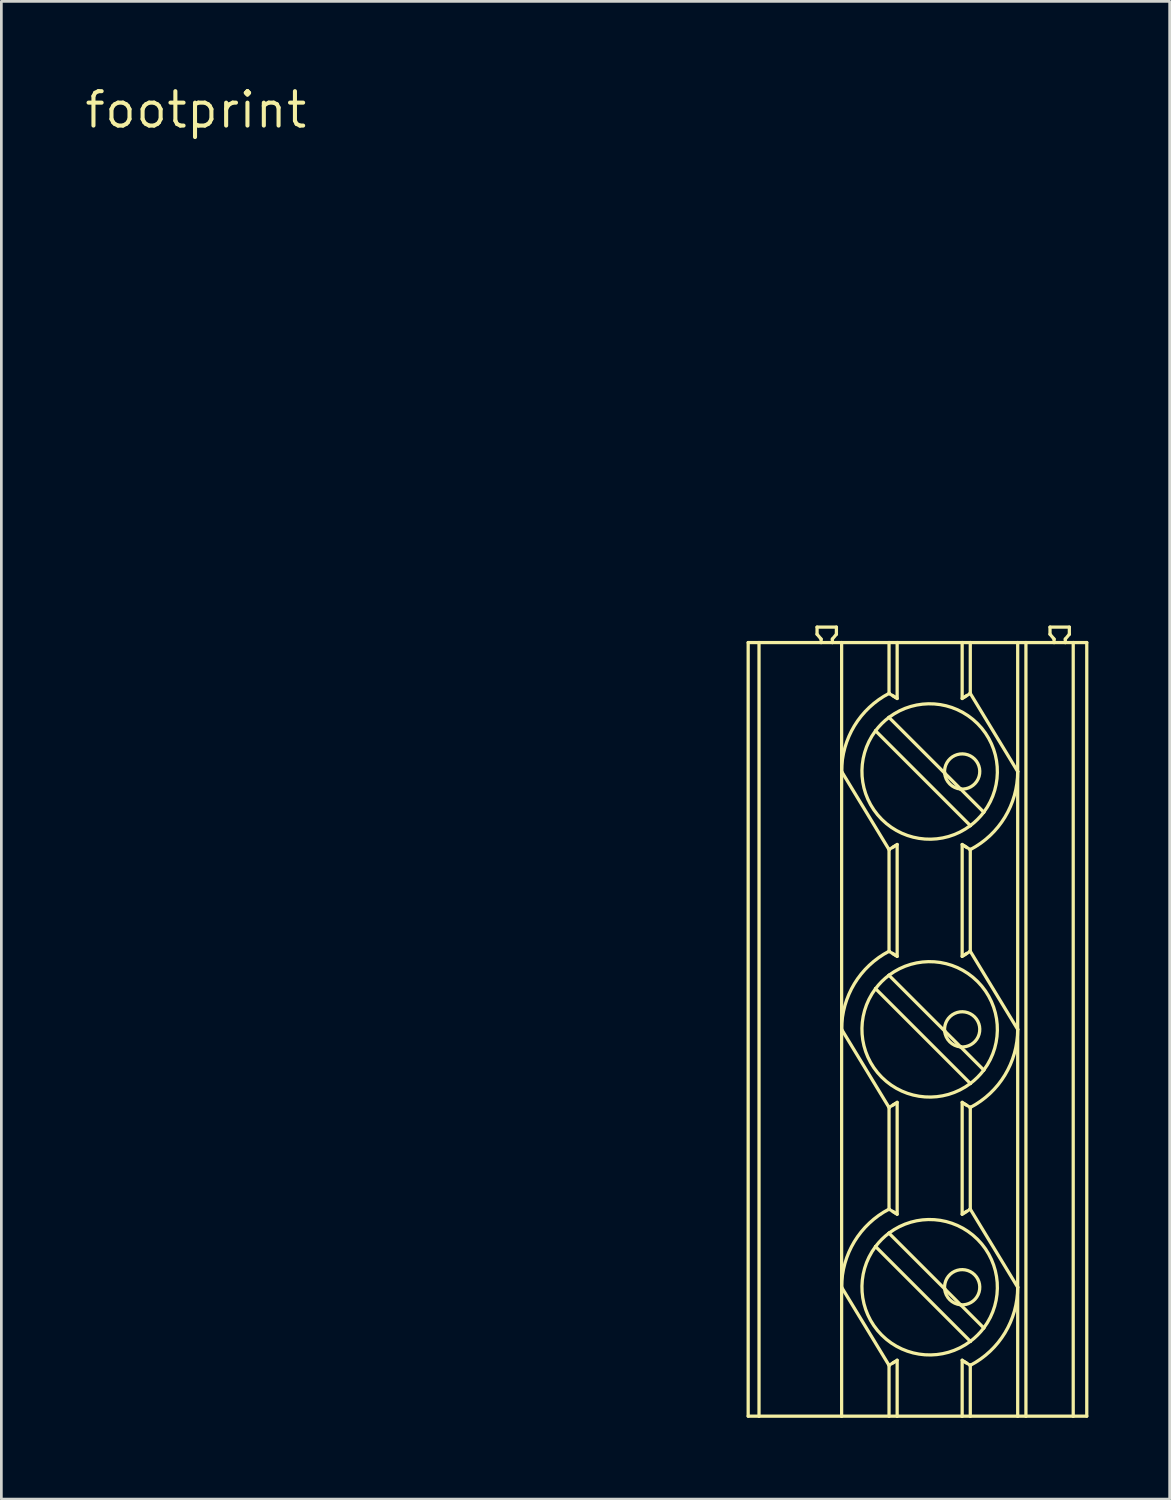
<source format=kicad_pcb>
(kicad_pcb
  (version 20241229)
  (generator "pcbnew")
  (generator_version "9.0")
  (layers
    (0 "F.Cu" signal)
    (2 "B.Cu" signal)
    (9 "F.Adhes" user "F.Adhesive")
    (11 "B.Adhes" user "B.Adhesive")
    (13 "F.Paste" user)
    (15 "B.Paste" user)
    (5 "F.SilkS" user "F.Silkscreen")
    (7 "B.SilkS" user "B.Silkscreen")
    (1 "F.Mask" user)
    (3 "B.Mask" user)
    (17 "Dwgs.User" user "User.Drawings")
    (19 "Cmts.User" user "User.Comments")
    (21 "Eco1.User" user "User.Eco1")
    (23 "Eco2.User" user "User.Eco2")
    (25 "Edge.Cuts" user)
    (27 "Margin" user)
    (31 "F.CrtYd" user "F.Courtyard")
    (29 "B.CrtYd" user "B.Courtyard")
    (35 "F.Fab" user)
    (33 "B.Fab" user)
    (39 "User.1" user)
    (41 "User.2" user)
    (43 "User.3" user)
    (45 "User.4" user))
  (footprint "footprint"
    (layer "F.Cu")
    (at 4.18 1.006)
    (property "Reference" "footprint" (at 0 0 0) (layer "F.SilkS") (effects (font (size 1.27 1.27) (thickness 0.15))))
    (fp_line (start 20.391 48.226) (end 20.391 19.666) (stroke (width 0.12) (type solid)) (layer "F.SilkS"))
    (fp_line (start 20.391 48.226) (end 20.791 48.226) (stroke (width 0.12) (type solid)) (layer "F.SilkS"))
    (fp_line (start 20.791 19.666) (end 20.391 19.666) (stroke (width 0.12) (type solid)) (layer "F.SilkS"))
    (fp_line (start 20.791 19.666) (end 20.791 48.226) (stroke (width 0.12) (type solid)) (layer "F.SilkS"))
    (fp_line (start 20.791 19.666) (end 23.084 19.666) (stroke (width 0.12) (type solid)) (layer "F.SilkS"))
    (fp_line (start 20.791 48.226) (end 23.841 48.226) (stroke (width 0.12) (type solid)) (layer "F.SilkS"))
    (fp_line (start 22.934 19.096) (end 23.648 19.096) (stroke (width 0.12) (type solid)) (layer "F.SilkS"))
    (fp_line (start 22.934 19.359) (end 22.934 19.096) (stroke (width 0.12) (type solid)) (layer "F.SilkS"))
    (fp_line (start 23.084 19.537) (end 22.934 19.359) (stroke (width 0.12) (type solid)) (layer "F.SilkS"))
    (fp_line (start 23.084 19.666) (end 23.084 19.537) (stroke (width 0.12) (type solid)) (layer "F.SilkS"))
    (fp_line (start 23.084 19.666) (end 23.498 19.666) (stroke (width 0.12) (type solid)) (layer "F.SilkS"))
    (fp_line (start 23.498 19.537) (end 23.498 19.666) (stroke (width 0.12) (type solid)) (layer "F.SilkS"))
    (fp_line (start 23.498 19.666) (end 23.841 19.666) (stroke (width 0.12) (type solid)) (layer "F.SilkS"))
    (fp_line (start 23.648 19.359) (end 23.498 19.537) (stroke (width 0.12) (type solid)) (layer "F.SilkS"))
    (fp_line (start 23.648 19.359) (end 23.648 19.096) (stroke (width 0.12) (type solid)) (layer "F.SilkS"))
    (fp_line (start 23.841 19.666) (end 25.591 19.666) (stroke (width 0.12) (type solid)) (layer "F.SilkS"))
    (fp_line (start 23.841 24.426) (end 23.841 19.666) (stroke (width 0.12) (type solid)) (layer "F.SilkS"))
    (fp_line (start 23.841 24.426) (end 23.841 33.946) (stroke (width 0.12) (type solid)) (layer "F.SilkS"))
    (fp_line (start 23.841 24.426) (end 25.591 27.309) (stroke (width 0.12) (type solid)) (layer "F.SilkS"))
    (fp_line (start 23.841 33.946) (end 23.841 43.466) (stroke (width 0.12) (type solid)) (layer "F.SilkS"))
    (fp_line (start 23.841 33.946) (end 25.591 36.829) (stroke (width 0.12) (type solid)) (layer "F.SilkS"))
    (fp_line (start 23.841 43.466) (end 23.841 48.226) (stroke (width 0.12) (type solid)) (layer "F.SilkS"))
    (fp_line (start 23.841 43.466) (end 25.591 46.349) (stroke (width 0.12) (type solid)) (layer "F.SilkS"))
    (fp_line (start 25.591 19.666) (end 25.891 19.666) (stroke (width 0.12) (type solid)) (layer "F.SilkS"))
    (fp_line (start 25.591 21.543) (end 25.591 19.666) (stroke (width 0.12) (type solid)) (layer "F.SilkS"))
    (fp_line (start 25.591 31.063) (end 25.591 27.309) (stroke (width 0.12) (type solid)) (layer "F.SilkS"))
    (fp_line (start 25.591 40.583) (end 25.591 36.829) (stroke (width 0.12) (type solid)) (layer "F.SilkS"))
    (fp_line (start 25.591 48.226) (end 23.841 48.226) (stroke (width 0.12) (type solid)) (layer "F.SilkS"))
    (fp_line (start 25.591 48.226) (end 25.591 46.349) (stroke (width 0.12) (type solid)) (layer "F.SilkS"))
    (fp_line (start 25.591 48.226) (end 25.891 48.226) (stroke (width 0.12) (type solid)) (layer "F.SilkS"))
    (fp_line (start 25.602 21.549) (end 25.613 21.556) (stroke (width 0.12) (type solid)) (layer "F.SilkS"))
    (fp_line (start 25.602 31.069) (end 25.613 31.076) (stroke (width 0.12) (type solid)) (layer "F.SilkS"))
    (fp_line (start 25.602 40.589) (end 25.613 40.596) (stroke (width 0.12) (type solid)) (layer "F.SilkS"))
    (fp_line (start 25.613 21.556) (end 25.625 21.564) (stroke (width 0.12) (type solid)) (layer "F.SilkS"))
    (fp_line (start 25.613 27.296) (end 25.602 27.303) (stroke (width 0.12) (type solid)) (layer "F.SilkS"))
    (fp_line (start 25.613 31.076) (end 25.625 31.084) (stroke (width 0.12) (type solid)) (layer "F.SilkS"))
    (fp_line (start 25.613 36.816) (end 25.602 36.823) (stroke (width 0.12) (type solid)) (layer "F.SilkS"))
    (fp_line (start 25.613 40.596) (end 25.625 40.604) (stroke (width 0.12) (type solid)) (layer "F.SilkS"))
    (fp_line (start 25.613 46.336) (end 25.602 46.343) (stroke (width 0.12) (type solid)) (layer "F.SilkS"))
    (fp_line (start 25.625 27.288) (end 25.613 27.296) (stroke (width 0.12) (type solid)) (layer "F.SilkS"))
    (fp_line (start 25.625 36.808) (end 25.613 36.816) (stroke (width 0.12) (type solid)) (layer "F.SilkS"))
    (fp_line (start 25.625 46.328) (end 25.613 46.336) (stroke (width 0.12) (type solid)) (layer "F.SilkS"))
    (fp_line (start 25.688 21.603) (end 25.751 21.642) (stroke (width 0.12) (type solid)) (layer "F.SilkS"))
    (fp_line (start 25.688 31.123) (end 25.751 31.162) (stroke (width 0.12) (type solid)) (layer "F.SilkS"))
    (fp_line (start 25.688 40.643) (end 25.751 40.682) (stroke (width 0.12) (type solid)) (layer "F.SilkS"))
    (fp_line (start 25.751 21.642) (end 25.814 21.681) (stroke (width 0.12) (type solid)) (layer "F.SilkS"))
    (fp_line (start 25.751 27.21) (end 25.688 27.249) (stroke (width 0.12) (type solid)) (layer "F.SilkS"))
    (fp_line (start 25.751 36.73) (end 25.688 36.769) (stroke (width 0.12) (type solid)) (layer "F.SilkS"))
    (fp_line (start 25.751 40.682) (end 25.814 40.721) (stroke (width 0.12) (type solid)) (layer "F.SilkS"))
    (fp_line (start 25.751 46.25) (end 25.688 46.289) (stroke (width 0.12) (type solid)) (layer "F.SilkS"))
    (fp_line (start 25.751 31.162) (end 25.814 31.201) (stroke (width 0.12) (type solid)) (layer "F.SilkS"))
    (fp_line (start 25.814 27.171) (end 25.751 27.21) (stroke (width 0.12) (type solid)) (layer "F.SilkS"))
    (fp_line (start 25.814 36.691) (end 25.751 36.73) (stroke (width 0.12) (type solid)) (layer "F.SilkS"))
    (fp_line (start 25.814 46.211) (end 25.751 46.25) (stroke (width 0.12) (type solid)) (layer "F.SilkS"))
    (fp_line (start 25.891 21.731) (end 25.891 19.666) (stroke (width 0.12) (type solid)) (layer "F.SilkS"))
    (fp_line (start 25.891 31.251) (end 25.891 27.121) (stroke (width 0.12) (type solid)) (layer "F.SilkS"))
    (fp_line (start 25.891 40.771) (end 25.891 36.641) (stroke (width 0.12) (type solid)) (layer "F.SilkS"))
    (fp_line (start 25.891 48.226) (end 25.891 46.161) (stroke (width 0.12) (type solid)) (layer "F.SilkS"))
    (fp_line (start 25.891 48.226) (end 28.291 48.226) (stroke (width 0.12) (type solid)) (layer "F.SilkS"))
    (fp_line (start 27.644 24.484) (end 25.588 22.428) (stroke (width 0.12) (type solid)) (layer "F.SilkS"))
    (fp_line (start 27.644 34.004) (end 25.588 31.948) (stroke (width 0.12) (type solid)) (layer "F.SilkS"))
    (fp_line (start 27.644 43.524) (end 25.588 41.468) (stroke (width 0.12) (type solid)) (layer "F.SilkS"))
    (fp_line (start 28.233 25.073) (end 27.644 24.484) (stroke (width 0.12) (type solid)) (layer "F.SilkS"))
    (fp_line (start 28.233 34.593) (end 27.644 34.004) (stroke (width 0.12) (type solid)) (layer "F.SilkS"))
    (fp_line (start 28.233 44.113) (end 27.644 43.524) (stroke (width 0.12) (type solid)) (layer "F.SilkS"))
    (fp_line (start 28.291 19.666) (end 25.891 19.666) (stroke (width 0.12) (type solid)) (layer "F.SilkS"))
    (fp_line (start 28.291 19.666) (end 28.291 21.731) (stroke (width 0.12) (type solid)) (layer "F.SilkS"))
    (fp_line (start 28.291 27.121) (end 28.291 31.251) (stroke (width 0.12) (type solid)) (layer "F.SilkS"))
    (fp_line (start 28.291 36.641) (end 28.291 40.771) (stroke (width 0.12) (type solid)) (layer "F.SilkS"))
    (fp_line (start 28.291 46.161) (end 28.291 48.226) (stroke (width 0.12) (type solid)) (layer "F.SilkS"))
    (fp_line (start 28.369 21.681) (end 28.431 21.642) (stroke (width 0.12) (type solid)) (layer "F.SilkS"))
    (fp_line (start 28.369 31.201) (end 28.431 31.162) (stroke (width 0.12) (type solid)) (layer "F.SilkS"))
    (fp_line (start 28.369 40.721) (end 28.431 40.682) (stroke (width 0.12) (type solid)) (layer "F.SilkS"))
    (fp_line (start 28.431 21.642) (end 28.494 21.603) (stroke (width 0.12) (type solid)) (layer "F.SilkS"))
    (fp_line (start 28.431 31.162) (end 28.494 31.123) (stroke (width 0.12) (type solid)) (layer "F.SilkS"))
    (fp_line (start 28.431 36.73) (end 28.369 36.691) (stroke (width 0.12) (type solid)) (layer "F.SilkS"))
    (fp_line (start 28.431 27.21) (end 28.369 27.171) (stroke (width 0.12) (type solid)) (layer "F.SilkS"))
    (fp_line (start 28.431 40.682) (end 28.494 40.643) (stroke (width 0.12) (type solid)) (layer "F.SilkS"))
    (fp_line (start 28.431 46.25) (end 28.369 46.211) (stroke (width 0.12) (type solid)) (layer "F.SilkS"))
    (fp_line (start 28.494 27.249) (end 28.431 27.21) (stroke (width 0.12) (type solid)) (layer "F.SilkS"))
    (fp_line (start 28.494 36.769) (end 28.431 36.73) (stroke (width 0.12) (type solid)) (layer "F.SilkS"))
    (fp_line (start 28.494 46.289) (end 28.431 46.25) (stroke (width 0.12) (type solid)) (layer "F.SilkS"))
    (fp_line (start 28.557 21.564) (end 28.569 21.556) (stroke (width 0.12) (type solid)) (layer "F.SilkS"))
    (fp_line (start 28.557 31.084) (end 28.569 31.077) (stroke (width 0.12) (type solid)) (layer "F.SilkS"))
    (fp_line (start 28.557 40.604) (end 28.569 40.597) (stroke (width 0.12) (type solid)) (layer "F.SilkS"))
    (fp_line (start 28.569 21.556) (end 28.58 21.549) (stroke (width 0.12) (type solid)) (layer "F.SilkS"))
    (fp_line (start 28.569 27.296) (end 28.557 27.288) (stroke (width 0.12) (type solid)) (layer "F.SilkS"))
    (fp_line (start 28.569 31.077) (end 28.58 31.069) (stroke (width 0.12) (type solid)) (layer "F.SilkS"))
    (fp_line (start 28.569 36.816) (end 28.557 36.808) (stroke (width 0.12) (type solid)) (layer "F.SilkS"))
    (fp_line (start 28.569 40.597) (end 28.58 40.589) (stroke (width 0.12) (type solid)) (layer "F.SilkS"))
    (fp_line (start 28.569 46.336) (end 28.557 46.328) (stroke (width 0.12) (type solid)) (layer "F.SilkS"))
    (fp_line (start 28.58 27.303) (end 28.569 27.296) (stroke (width 0.12) (type solid)) (layer "F.SilkS"))
    (fp_line (start 28.58 36.823) (end 28.569 36.816) (stroke (width 0.12) (type solid)) (layer "F.SilkS"))
    (fp_line (start 28.58 46.343) (end 28.569 46.336) (stroke (width 0.12) (type solid)) (layer "F.SilkS"))
    (fp_line (start 28.591 19.666) (end 28.291 19.666) (stroke (width 0.12) (type solid)) (layer "F.SilkS"))
    (fp_line (start 28.591 19.666) (end 28.591 21.543) (stroke (width 0.12) (type solid)) (layer "F.SilkS"))
    (fp_line (start 28.591 19.666) (end 30.341 19.666) (stroke (width 0.12) (type solid)) (layer "F.SilkS"))
    (fp_line (start 28.591 27.309) (end 28.591 31.063) (stroke (width 0.12) (type solid)) (layer "F.SilkS"))
    (fp_line (start 28.591 36.829) (end 28.591 40.583) (stroke (width 0.12) (type solid)) (layer "F.SilkS"))
    (fp_line (start 28.591 46.349) (end 28.591 48.226) (stroke (width 0.12) (type solid)) (layer "F.SilkS"))
    (fp_line (start 28.591 48.226) (end 28.291 48.226) (stroke (width 0.12) (type solid)) (layer "F.SilkS"))
    (fp_line (start 28.591 48.226) (end 30.341 48.226) (stroke (width 0.12) (type solid)) (layer "F.SilkS"))
    (fp_line (start 28.594 26.424) (end 25.093 22.923) (stroke (width 0.12) (type solid)) (layer "F.SilkS"))
    (fp_line (start 28.594 35.944) (end 25.093 32.443) (stroke (width 0.12) (type solid)) (layer "F.SilkS"))
    (fp_line (start 28.594 45.464) (end 25.093 41.963) (stroke (width 0.12) (type solid)) (layer "F.SilkS"))
    (fp_line (start 29.089 25.929) (end 28.233 25.073) (stroke (width 0.12) (type solid)) (layer "F.SilkS"))
    (fp_line (start 29.089 35.449) (end 28.233 34.593) (stroke (width 0.12) (type solid)) (layer "F.SilkS"))
    (fp_line (start 29.089 44.969) (end 28.233 44.113) (stroke (width 0.12) (type solid)) (layer "F.SilkS"))
    (fp_line (start 30.341 19.666) (end 30.645 19.666) (stroke (width 0.12) (type solid)) (layer "F.SilkS"))
    (fp_line (start 30.341 24.426) (end 28.591 21.543) (stroke (width 0.12) (type solid)) (layer "F.SilkS"))
    (fp_line (start 30.341 24.426) (end 30.341 19.666) (stroke (width 0.12) (type solid)) (layer "F.SilkS"))
    (fp_line (start 30.341 33.946) (end 28.591 31.063) (stroke (width 0.12) (type solid)) (layer "F.SilkS"))
    (fp_line (start 30.341 33.946) (end 30.341 24.426) (stroke (width 0.12) (type solid)) (layer "F.SilkS"))
    (fp_line (start 30.341 43.466) (end 28.591 40.583) (stroke (width 0.12) (type solid)) (layer "F.SilkS"))
    (fp_line (start 30.341 43.466) (end 30.341 33.946) (stroke (width 0.12) (type solid)) (layer "F.SilkS"))
    (fp_line (start 30.341 43.466) (end 30.341 48.226) (stroke (width 0.12) (type solid)) (layer "F.SilkS"))
    (fp_line (start 30.341 48.226) (end 30.645 48.226) (stroke (width 0.12) (type solid)) (layer "F.SilkS"))
    (fp_line (start 30.645 19.666) (end 31.684 19.666) (stroke (width 0.12) (type solid)) (layer "F.SilkS"))
    (fp_line (start 30.645 48.226) (end 30.645 19.666) (stroke (width 0.12) (type solid)) (layer "F.SilkS"))
    (fp_line (start 30.645 48.226) (end 32.391 48.226) (stroke (width 0.12) (type solid)) (layer "F.SilkS"))
    (fp_line (start 31.534 19.096) (end 32.248 19.096) (stroke (width 0.12) (type solid)) (layer "F.SilkS"))
    (fp_line (start 31.534 19.359) (end 31.534 19.096) (stroke (width 0.12) (type solid)) (layer "F.SilkS"))
    (fp_line (start 31.684 19.537) (end 31.534 19.359) (stroke (width 0.12) (type solid)) (layer "F.SilkS"))
    (fp_line (start 31.684 19.666) (end 31.684 19.537) (stroke (width 0.12) (type solid)) (layer "F.SilkS"))
    (fp_line (start 31.684 19.666) (end 32.098 19.666) (stroke (width 0.12) (type solid)) (layer "F.SilkS"))
    (fp_line (start 32.098 19.537) (end 32.098 19.666) (stroke (width 0.12) (type solid)) (layer "F.SilkS"))
    (fp_line (start 32.098 19.537) (end 32.248 19.359) (stroke (width 0.12) (type solid)) (layer "F.SilkS"))
    (fp_line (start 32.098 19.666) (end 32.391 19.666) (stroke (width 0.12) (type solid)) (layer "F.SilkS"))
    (fp_line (start 32.248 19.096) (end 32.248 19.359) (stroke (width 0.12) (type solid)) (layer "F.SilkS"))
    (fp_line (start 32.391 48.226) (end 32.391 19.666) (stroke (width 0.12) (type solid)) (layer "F.SilkS"))
    (fp_line (start 32.891 19.666) (end 32.391 19.666) (stroke (width 0.12) (type solid)) (layer "F.SilkS"))
    (fp_line (start 32.891 19.666) (end 32.891 48.226) (stroke (width 0.12) (type solid)) (layer "F.SilkS"))
    (fp_line (start 32.891 48.226) (end 32.391 48.226) (stroke (width 0.12) (type solid)) (layer "F.SilkS"))
    (fp_arc (start 23.841001 24.426) (mid 24.312747 22.739681) (end 25.591 21.5429) (stroke (width 0.12) (type solid)) (layer "F.SilkS"))
    (fp_arc (start 23.841001 33.946) (mid 24.312747 32.259681) (end 25.591 31.0629) (stroke (width 0.12) (type solid)) (layer "F.SilkS"))
    (fp_arc (start 23.841001 43.466) (mid 24.312747 41.779681) (end 25.591 40.5829) (stroke (width 0.12) (type solid)) (layer "F.SilkS"))
    (fp_arc (start 25.0932 22.9231) (mid 25.323245 22.658245) (end 25.5881 22.4282) (stroke (width 0.12) (type solid)) (layer "F.SilkS"))
    (fp_arc (start 25.0932 32.4431) (mid 25.323245 32.178245) (end 25.5881 31.9482) (stroke (width 0.12) (type solid)) (layer "F.SilkS"))
    (fp_arc (start 25.0932 41.9631) (mid 25.323245 41.698245) (end 25.5881 41.4682) (stroke (width 0.12) (type solid)) (layer "F.SilkS"))
    (fp_arc (start 25.5881 22.428198) (mid 28.858756 22.658244) (end 29.0888 25.9289) (stroke (width 0.12) (type solid)) (layer "F.SilkS"))
    (fp_arc (start 25.5881 31.948198) (mid 28.858756 32.178244) (end 29.0888 35.4489) (stroke (width 0.12) (type solid)) (layer "F.SilkS"))
    (fp_arc (start 25.5881 41.468198) (mid 28.858756 41.698244) (end 29.0888 44.9689) (stroke (width 0.12) (type solid)) (layer "F.SilkS"))
    (fp_arc (start 25.8135 21.6813) (mid 25.852302 21.70612) (end 25.891 21.7311) (stroke (width 0.12) (type solid)) (layer "F.SilkS"))
    (fp_arc (start 25.8135 31.2013) (mid 25.852302 31.226119) (end 25.891 31.2511) (stroke (width 0.12) (type solid)) (layer "F.SilkS"))
    (fp_arc (start 25.8135 40.7213) (mid 25.852302 40.746119) (end 25.891 40.7711) (stroke (width 0.12) (type solid)) (layer "F.SilkS"))
    (fp_arc (start 25.891 27.1209) (mid 25.852302 27.145931) (end 25.8135 27.1708) (stroke (width 0.12) (type solid)) (layer "F.SilkS"))
    (fp_arc (start 25.891 36.6409) (mid 25.852302 36.665931) (end 25.8135 36.6908) (stroke (width 0.12) (type solid)) (layer "F.SilkS"))
    (fp_arc (start 25.891 46.1609) (mid 25.852302 46.185931) (end 25.8135 46.2108) (stroke (width 0.12) (type solid)) (layer "F.SilkS"))
    (fp_arc (start 27.643599 24.483599) (mid 28.75059 23.966409) (end 28.2334 25.0734) (stroke (width 0.12) (type solid)) (layer "F.SilkS"))
    (fp_arc (start 27.643599 34.003599) (mid 28.75059 33.486409) (end 28.2334 34.5934) (stroke (width 0.12) (type solid)) (layer "F.SilkS"))
    (fp_arc (start 27.643599 43.523599) (mid 28.75059 43.006409) (end 28.2334 44.1134) (stroke (width 0.12) (type solid)) (layer "F.SilkS"))
    (fp_arc (start 28.233401 25.073399) (mid 27.831412 24.885589) (end 27.6436 24.4836) (stroke (width 0.12) (type solid)) (layer "F.SilkS"))
    (fp_arc (start 28.233401 34.593399) (mid 27.831412 34.405589) (end 27.6436 34.0036) (stroke (width 0.12) (type solid)) (layer "F.SilkS"))
    (fp_arc (start 28.233401 44.113399) (mid 27.831412 43.925589) (end 27.6436 43.5236) (stroke (width 0.12) (type solid)) (layer "F.SilkS"))
    (fp_arc (start 28.291 21.7311) (mid 28.329698 21.706119) (end 28.3685 21.6813) (stroke (width 0.12) (type solid)) (layer "F.SilkS"))
    (fp_arc (start 28.291 31.2511) (mid 28.329698 31.226119) (end 28.3685 31.2013) (stroke (width 0.12) (type solid)) (layer "F.SilkS"))
    (fp_arc (start 28.291 40.7711) (mid 28.329698 40.746119) (end 28.3685 40.7213) (stroke (width 0.12) (type solid)) (layer "F.SilkS"))
    (fp_arc (start 28.3685 27.1708) (mid 28.329698 27.145931) (end 28.291 27.1209) (stroke (width 0.12) (type solid)) (layer "F.SilkS"))
    (fp_arc (start 28.3685 36.6908) (mid 28.329698 36.66593) (end 28.291 36.6409) (stroke (width 0.12) (type solid)) (layer "F.SilkS"))
    (fp_arc (start 28.3685 46.2108) (mid 28.329698 46.185931) (end 28.291 46.1609) (stroke (width 0.12) (type solid)) (layer "F.SilkS"))
    (fp_arc (start 28.593898 26.4238) (mid 25.323244 26.193754) (end 25.0932 22.9231) (stroke (width 0.12) (type solid)) (layer "F.SilkS"))
    (fp_arc (start 28.593898 35.9438) (mid 25.323244 35.713754) (end 25.0932 32.4431) (stroke (width 0.12) (type solid)) (layer "F.SilkS"))
    (fp_arc (start 28.593898 45.4638) (mid 25.323244 45.233754) (end 25.0932 41.9631) (stroke (width 0.12) (type solid)) (layer "F.SilkS"))
    (fp_arc (start 29.0888 25.9289) (mid 28.858755 26.193755) (end 28.5939 26.4238) (stroke (width 0.12) (type solid)) (layer "F.SilkS"))
    (fp_arc (start 29.0888 35.4489) (mid 28.858755 35.713755) (end 28.5939 35.9438) (stroke (width 0.12) (type solid)) (layer "F.SilkS"))
    (fp_arc (start 29.0888 44.9689) (mid 28.858755 45.233755) (end 28.5939 45.4638) (stroke (width 0.12) (type solid)) (layer "F.SilkS"))
    (fp_arc (start 30.341 24.425999) (mid 29.869254 26.112319) (end 28.591 27.3091) (stroke (width 0.12) (type solid)) (layer "F.SilkS"))
    (fp_arc (start 30.341 33.945999) (mid 29.869254 35.632319) (end 28.591 36.8291) (stroke (width 0.12) (type solid)) (layer "F.SilkS"))
    (fp_arc (start 30.341 43.465999) (mid 29.869254 45.152319) (end 28.591 46.3491) (stroke (width 0.12) (type solid)) (layer "F.SilkS"))
    (fp_circle (center 27.091 24.426) (end 29.691 24.426) (stroke (width 0.001) (type solid)) (fill no) (layer "F.SilkS"))
    (fp_circle (center 27.091 33.946) (end 29.691 33.946) (stroke (width 0.001) (type solid)) (fill no) (layer "F.SilkS"))
    (fp_circle (center 27.091 43.466) (end 29.691 43.466) (stroke (width 0.001) (type solid)) (fill no) (layer "F.SilkS")))
  (gr_rect
    (start -3 -3)
    (end 40.131 52.292)
    (stroke (width 0.1) (type default))
    (fill no)
    (layer "Edge.Cuts")))
</source>
